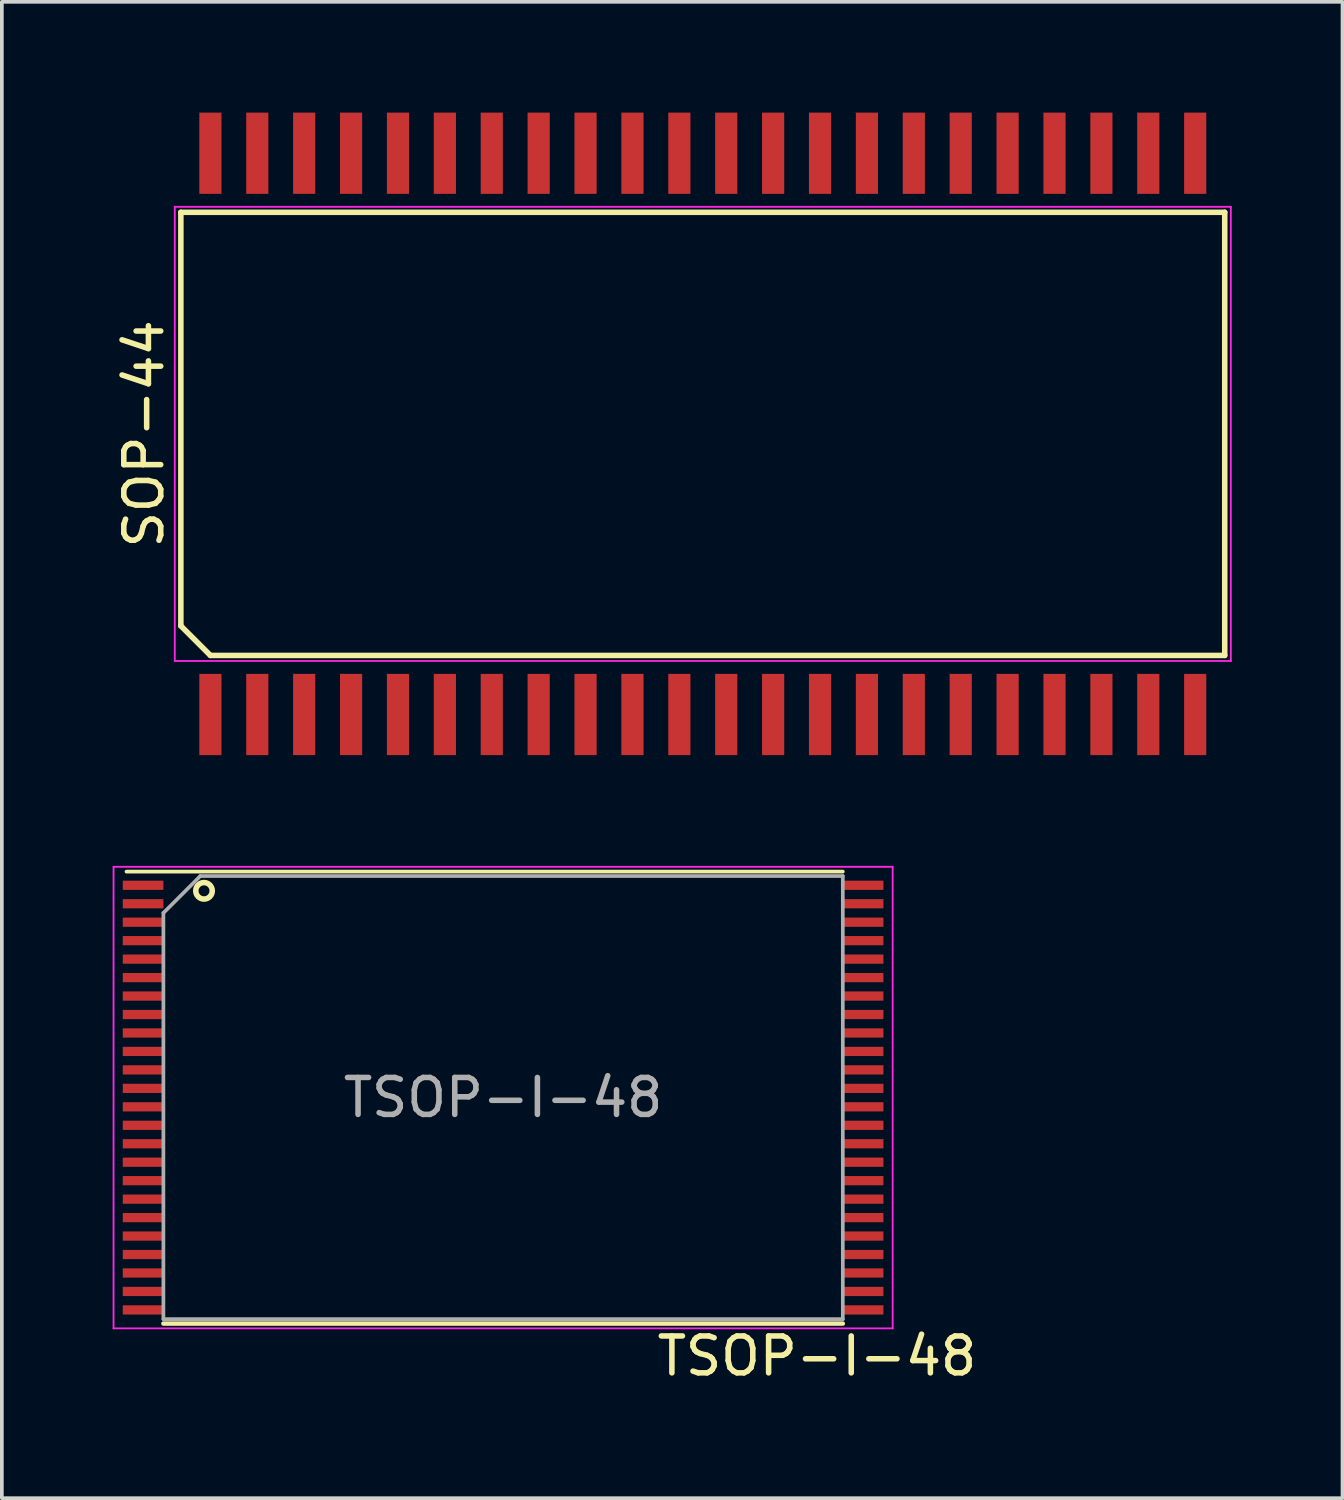
<source format=kicad_pcb>
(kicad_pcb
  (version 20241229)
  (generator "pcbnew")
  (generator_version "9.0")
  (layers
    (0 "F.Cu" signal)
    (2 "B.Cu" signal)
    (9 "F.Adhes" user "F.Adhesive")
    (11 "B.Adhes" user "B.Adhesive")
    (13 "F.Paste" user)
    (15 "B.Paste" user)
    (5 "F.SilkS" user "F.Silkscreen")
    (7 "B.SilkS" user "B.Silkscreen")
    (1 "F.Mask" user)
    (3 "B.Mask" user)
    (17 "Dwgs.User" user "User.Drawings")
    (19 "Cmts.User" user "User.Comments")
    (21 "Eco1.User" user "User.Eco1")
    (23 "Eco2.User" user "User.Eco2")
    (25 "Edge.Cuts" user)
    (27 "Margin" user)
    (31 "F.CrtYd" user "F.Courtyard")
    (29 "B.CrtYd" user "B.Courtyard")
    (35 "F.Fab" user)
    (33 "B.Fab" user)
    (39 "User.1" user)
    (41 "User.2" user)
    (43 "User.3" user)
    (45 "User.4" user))
  (footprint "SOP-44"
    (layer "F.Cu")
    (at 15.983 8.7)
    (property "Reference" "SOP-44" (at -15.135 0 90) (layer "F.SilkS") (effects (font (size 1 1) (thickness 0.15))))
    (attr smd)
    (fp_line (start -14.135 -6) (end 14.135 -6) (stroke (width 0.15) (type solid)) (layer "F.SilkS"))
    (fp_line (start -14.135 5.2) (end -14.135 -6) (stroke (width 0.15) (type solid)) (layer "F.SilkS"))
    (fp_line (start -13.335 6) (end -14.135 5.2) (stroke (width 0.15) (type solid)) (layer "F.SilkS"))
    (fp_line (start 14.135 -6) (end 14.135 6) (stroke (width 0.15) (type solid)) (layer "F.SilkS"))
    (fp_line (start 14.135 6) (end -13.335 6) (stroke (width 0.15) (type solid)) (layer "F.SilkS"))
    (fp_line (start -14.3 -6.15) (end 14.3 -6.15) (stroke (width 0.05) (type solid)) (layer "F.CrtYd"))
    (fp_line (start -14.3 6.15) (end -14.3 -6.15) (stroke (width 0.05) (type solid)) (layer "F.CrtYd"))
    (fp_line (start 14.3 -6.15) (end 14.3 6.15) (stroke (width 0.05) (type solid)) (layer "F.CrtYd"))
    (fp_line (start 14.3 6.15) (end -14.3 6.15) (stroke (width 0.05) (type solid)) (layer "F.CrtYd"))
    (pad "1" smd rect (at -13.335 7.6) (size 0.6 2.2) (layers "F.Cu" "F.Mask" "F.Paste"))
    (pad "2" smd rect (at -12.065 7.6) (size 0.6 2.2) (layers "F.Cu" "F.Mask" "F.Paste"))
    (pad "3" smd rect (at -10.795 7.6) (size 0.6 2.2) (layers "F.Cu" "F.Mask" "F.Paste"))
    (pad "4" smd rect (at -9.525 7.6) (size 0.6 2.2) (layers "F.Cu" "F.Mask" "F.Paste"))
    (pad "5" smd rect (at -8.255 7.6) (size 0.6 2.2) (layers "F.Cu" "F.Mask" "F.Paste"))
    (pad "6" smd rect (at -6.985 7.6) (size 0.6 2.2) (layers "F.Cu" "F.Mask" "F.Paste"))
    (pad "7" smd rect (at -5.715 7.6) (size 0.6 2.2) (layers "F.Cu" "F.Mask" "F.Paste"))
    (pad "8" smd rect (at -4.445 7.6) (size 0.6 2.2) (layers "F.Cu" "F.Mask" "F.Paste"))
    (pad "9" smd rect (at -3.175 7.6) (size 0.6 2.2) (layers "F.Cu" "F.Mask" "F.Paste"))
    (pad "10" smd rect (at -1.905 7.6) (size 0.6 2.2) (layers "F.Cu" "F.Mask" "F.Paste"))
    (pad "11" smd rect (at -0.635 7.6) (size 0.6 2.2) (layers "F.Cu" "F.Mask" "F.Paste"))
    (pad "12" smd rect (at 0.635 7.6) (size 0.6 2.2) (layers "F.Cu" "F.Mask" "F.Paste"))
    (pad "13" smd rect (at 1.905 7.6) (size 0.6 2.2) (layers "F.Cu" "F.Mask" "F.Paste"))
    (pad "14" smd rect (at 3.175 7.6) (size 0.6 2.2) (layers "F.Cu" "F.Mask" "F.Paste"))
    (pad "15" smd rect (at 4.445 7.6) (size 0.6 2.2) (layers "F.Cu" "F.Mask" "F.Paste"))
    (pad "16" smd rect (at 5.715 7.6) (size 0.6 2.2) (layers "F.Cu" "F.Mask" "F.Paste"))
    (pad "17" smd rect (at 6.985 7.6) (size 0.6 2.2) (layers "F.Cu" "F.Mask" "F.Paste"))
    (pad "18" smd rect (at 8.255 7.6) (size 0.6 2.2) (layers "F.Cu" "F.Mask" "F.Paste"))
    (pad "19" smd rect (at 9.525 7.6) (size 0.6 2.2) (layers "F.Cu" "F.Mask" "F.Paste"))
    (pad "20" smd rect (at 10.795 7.6) (size 0.6 2.2) (layers "F.Cu" "F.Mask" "F.Paste"))
    (pad "21" smd rect (at 12.065 7.6) (size 0.6 2.2) (layers "F.Cu" "F.Mask" "F.Paste"))
    (pad "22" smd rect (at 13.335 7.6) (size 0.6 2.2) (layers "F.Cu" "F.Mask" "F.Paste"))
    (pad "23" smd rect (at 13.335 -7.6) (size 0.6 2.2) (layers "F.Cu" "F.Mask" "F.Paste"))
    (pad "24" smd rect (at 12.065 -7.6) (size 0.6 2.2) (layers "F.Cu" "F.Mask" "F.Paste"))
    (pad "25" smd rect (at 10.795 -7.6) (size 0.6 2.2) (layers "F.Cu" "F.Mask" "F.Paste"))
    (pad "26" smd rect (at 9.525 -7.6) (size 0.6 2.2) (layers "F.Cu" "F.Mask" "F.Paste"))
    (pad "27" smd rect (at 8.255 -7.6) (size 0.6 2.2) (layers "F.Cu" "F.Mask" "F.Paste"))
    (pad "28" smd rect (at 6.985 -7.6) (size 0.6 2.2) (layers "F.Cu" "F.Mask" "F.Paste"))
    (pad "29" smd rect (at 5.715 -7.6) (size 0.6 2.2) (layers "F.Cu" "F.Mask" "F.Paste"))
    (pad "30" smd rect (at 4.445 -7.6) (size 0.6 2.2) (layers "F.Cu" "F.Mask" "F.Paste"))
    (pad "31" smd rect (at 3.175 -7.6) (size 0.6 2.2) (layers "F.Cu" "F.Mask" "F.Paste"))
    (pad "32" smd rect (at 1.905 -7.6) (size 0.6 2.2) (layers "F.Cu" "F.Mask" "F.Paste"))
    (pad "33" smd rect (at 0.635 -7.6) (size 0.6 2.2) (layers "F.Cu" "F.Mask" "F.Paste"))
    (pad "34" smd rect (at -0.635 -7.6) (size 0.6 2.2) (layers "F.Cu" "F.Mask" "F.Paste"))
    (pad "35" smd rect (at -1.905 -7.6) (size 0.6 2.2) (layers "F.Cu" "F.Mask" "F.Paste"))
    (pad "36" smd rect (at -3.175 -7.6) (size 0.6 2.2) (layers "F.Cu" "F.Mask" "F.Paste"))
    (pad "37" smd rect (at -4.445 -7.6) (size 0.6 2.2) (layers "F.Cu" "F.Mask" "F.Paste"))
    (pad "38" smd rect (at -5.715 -7.6) (size 0.6 2.2) (layers "F.Cu" "F.Mask" "F.Paste"))
    (pad "39" smd rect (at -6.985 -7.6) (size 0.6 2.2) (layers "F.Cu" "F.Mask" "F.Paste"))
    (pad "40" smd rect (at -8.255 -7.6) (size 0.6 2.2) (layers "F.Cu" "F.Mask" "F.Paste"))
    (pad "41" smd rect (at -9.525 -7.6) (size 0.6 2.2) (layers "F.Cu" "F.Mask" "F.Paste"))
    (pad "42" smd rect (at -10.795 -7.6) (size 0.6 2.2) (layers "F.Cu" "F.Mask" "F.Paste"))
    (pad "43" smd rect (at -12.065 -7.6) (size 0.6 2.2) (layers "F.Cu" "F.Mask" "F.Paste"))
    (pad "44" smd rect (at -13.335 -7.6) (size 0.6 2.2) (layers "F.Cu" "F.Mask" "F.Paste")))
  (footprint "TSOP-I-48"
    (layer "F.Cu")
    (at 10.575 26.675)
    (property "Reference" "TSOP-I-48" (at 8.5 7 0) (layer "F.SilkS") (effects (font (size 1 1) (thickness 0.15))))
    (attr smd)
    (fp_line (start -9.2 6.12) (end 9.2 6.12) (stroke (width 0.12) (type solid)) (layer "F.SilkS"))
    (fp_line (start 9.2 -6.12) (end -10.2 -6.12) (stroke (width 0.1) (type solid)) (layer "F.SilkS"))
    (fp_circle (center -8.1 -5.6) (end -8 -5.4) (stroke (width 0.15) (type solid)) (fill no) (layer "F.SilkS"))
    (fp_line (start -10.55 -6.25) (end 10.55 -6.25) (stroke (width 0.05) (type solid)) (layer "F.CrtYd"))
    (fp_line (start -10.55 6.25) (end -10.55 -6.25) (stroke (width 0.05) (type solid)) (layer "F.CrtYd"))
    (fp_line (start 10.55 -6.25) (end 10.55 6.25) (stroke (width 0.05) (type solid)) (layer "F.CrtYd"))
    (fp_line (start 10.55 6.25) (end -10.55 6.25) (stroke (width 0.05) (type solid)) (layer "F.CrtYd"))
    (fp_line (start -9.2 6) (end -9.2 -5) (stroke (width 0.1) (type solid)) (layer "F.Fab"))
    (fp_line (start -8.2 -6) (end -9.2 -5) (stroke (width 0.1) (type solid)) (layer "F.Fab"))
    (fp_line (start -8.2 -6) (end 9.2 -6) (stroke (width 0.1) (type solid)) (layer "F.Fab"))
    (fp_line (start 9.2 -6) (end 9.2 6) (stroke (width 0.1) (type solid)) (layer "F.Fab"))
    (fp_line (start 9.2 6) (end -9.2 6) (stroke (width 0.1) (type solid)) (layer "F.Fab"))
    (fp_text user "${REFERENCE}" (at 0 0 0) (layer "F.Fab") (effects (font (size 1 1) (thickness 0.15))))
    (pad "1" smd rect (at -9.75 -5.75) (size 1.1 0.25) (layers "F.Cu" "F.Mask" "F.Paste"))
    (pad "2" smd rect (at -9.75 -5.25) (size 1.1 0.25) (layers "F.Cu" "F.Mask" "F.Paste"))
    (pad "3" smd rect (at -9.75 -4.75) (size 1.1 0.25) (layers "F.Cu" "F.Mask" "F.Paste"))
    (pad "4" smd rect (at -9.75 -4.25) (size 1.1 0.25) (layers "F.Cu" "F.Mask" "F.Paste"))
    (pad "5" smd rect (at -9.75 -3.75) (size 1.1 0.25) (layers "F.Cu" "F.Mask" "F.Paste"))
    (pad "6" smd rect (at -9.75 -3.25) (size 1.1 0.25) (layers "F.Cu" "F.Mask" "F.Paste"))
    (pad "7" smd rect (at -9.75 -2.75) (size 1.1 0.25) (layers "F.Cu" "F.Mask" "F.Paste"))
    (pad "8" smd rect (at -9.75 -2.25) (size 1.1 0.25) (layers "F.Cu" "F.Mask" "F.Paste"))
    (pad "9" smd rect (at -9.75 -1.75) (size 1.1 0.25) (layers "F.Cu" "F.Mask" "F.Paste"))
    (pad "10" smd rect (at -9.75 -1.25) (size 1.1 0.25) (layers "F.Cu" "F.Mask" "F.Paste"))
    (pad "11" smd rect (at -9.75 -0.75) (size 1.1 0.25) (layers "F.Cu" "F.Mask" "F.Paste"))
    (pad "12" smd rect (at -9.75 -0.25) (size 1.1 0.25) (layers "F.Cu" "F.Mask" "F.Paste"))
    (pad "13" smd rect (at -9.75 0.25) (size 1.1 0.25) (layers "F.Cu" "F.Mask" "F.Paste"))
    (pad "14" smd rect (at -9.75 0.75) (size 1.1 0.25) (layers "F.Cu" "F.Mask" "F.Paste"))
    (pad "15" smd rect (at -9.75 1.25) (size 1.1 0.25) (layers "F.Cu" "F.Mask" "F.Paste"))
    (pad "16" smd rect (at -9.75 1.75) (size 1.1 0.25) (layers "F.Cu" "F.Mask" "F.Paste"))
    (pad "17" smd rect (at -9.75 2.25) (size 1.1 0.25) (layers "F.Cu" "F.Mask" "F.Paste"))
    (pad "18" smd rect (at -9.75 2.75) (size 1.1 0.25) (layers "F.Cu" "F.Mask" "F.Paste"))
    (pad "19" smd rect (at -9.75 3.25) (size 1.1 0.25) (layers "F.Cu" "F.Mask" "F.Paste"))
    (pad "20" smd rect (at -9.75 3.75) (size 1.1 0.25) (layers "F.Cu" "F.Mask" "F.Paste"))
    (pad "21" smd rect (at -9.75 4.25) (size 1.1 0.25) (layers "F.Cu" "F.Mask" "F.Paste"))
    (pad "22" smd rect (at -9.75 4.75) (size 1.1 0.25) (layers "F.Cu" "F.Mask" "F.Paste"))
    (pad "23" smd rect (at -9.75 5.25) (size 1.1 0.25) (layers "F.Cu" "F.Mask" "F.Paste"))
    (pad "24" smd rect (at -9.75 5.75) (size 1.1 0.25) (layers "F.Cu" "F.Mask" "F.Paste"))
    (pad "25" smd rect (at 9.75 5.75) (size 1.1 0.25) (layers "F.Cu" "F.Mask" "F.Paste"))
    (pad "26" smd rect (at 9.75 5.25) (size 1.1 0.25) (layers "F.Cu" "F.Mask" "F.Paste"))
    (pad "27" smd rect (at 9.75 4.75) (size 1.1 0.25) (layers "F.Cu" "F.Mask" "F.Paste"))
    (pad "28" smd rect (at 9.75 4.25) (size 1.1 0.25) (layers "F.Cu" "F.Mask" "F.Paste"))
    (pad "29" smd rect (at 9.75 3.75) (size 1.1 0.25) (layers "F.Cu" "F.Mask" "F.Paste"))
    (pad "30" smd rect (at 9.75 3.25) (size 1.1 0.25) (layers "F.Cu" "F.Mask" "F.Paste"))
    (pad "31" smd rect (at 9.75 2.75) (size 1.1 0.25) (layers "F.Cu" "F.Mask" "F.Paste"))
    (pad "32" smd rect (at 9.75 2.25) (size 1.1 0.25) (layers "F.Cu" "F.Mask" "F.Paste"))
    (pad "33" smd rect (at 9.75 1.75) (size 1.1 0.25) (layers "F.Cu" "F.Mask" "F.Paste"))
    (pad "34" smd rect (at 9.75 1.25) (size 1.1 0.25) (layers "F.Cu" "F.Mask" "F.Paste"))
    (pad "35" smd rect (at 9.75 0.75) (size 1.1 0.25) (layers "F.Cu" "F.Mask" "F.Paste"))
    (pad "36" smd rect (at 9.75 0.25) (size 1.1 0.25) (layers "F.Cu" "F.Mask" "F.Paste"))
    (pad "37" smd rect (at 9.75 -0.25) (size 1.1 0.25) (layers "F.Cu" "F.Mask" "F.Paste"))
    (pad "38" smd rect (at 9.75 -0.75) (size 1.1 0.25) (layers "F.Cu" "F.Mask" "F.Paste"))
    (pad "39" smd rect (at 9.75 -1.25) (size 1.1 0.25) (layers "F.Cu" "F.Mask" "F.Paste"))
    (pad "40" smd rect (at 9.75 -1.75) (size 1.1 0.25) (layers "F.Cu" "F.Mask" "F.Paste"))
    (pad "41" smd rect (at 9.75 -2.25) (size 1.1 0.25) (layers "F.Cu" "F.Mask" "F.Paste"))
    (pad "42" smd rect (at 9.75 -2.75) (size 1.1 0.25) (layers "F.Cu" "F.Mask" "F.Paste"))
    (pad "43" smd rect (at 9.75 -3.25) (size 1.1 0.25) (layers "F.Cu" "F.Mask" "F.Paste"))
    (pad "44" smd rect (at 9.75 -3.75) (size 1.1 0.25) (layers "F.Cu" "F.Mask" "F.Paste"))
    (pad "45" smd rect (at 9.75 -4.25) (size 1.1 0.25) (layers "F.Cu" "F.Mask" "F.Paste"))
    (pad "46" smd rect (at 9.75 -4.75) (size 1.1 0.25) (layers "F.Cu" "F.Mask" "F.Paste"))
    (pad "47" smd rect (at 9.75 -5.25) (size 1.1 0.25) (layers "F.Cu" "F.Mask" "F.Paste"))
    (pad "48" smd rect (at 9.75 -5.75) (size 1.1 0.25) (layers "F.Cu" "F.Mask" "F.Paste")))
  (gr_rect
    (start -3 -3)
    (end 33.308 37.523)
    (stroke (width 0.1) (type default))
    (fill no)
    (layer "Edge.Cuts")))
</source>
